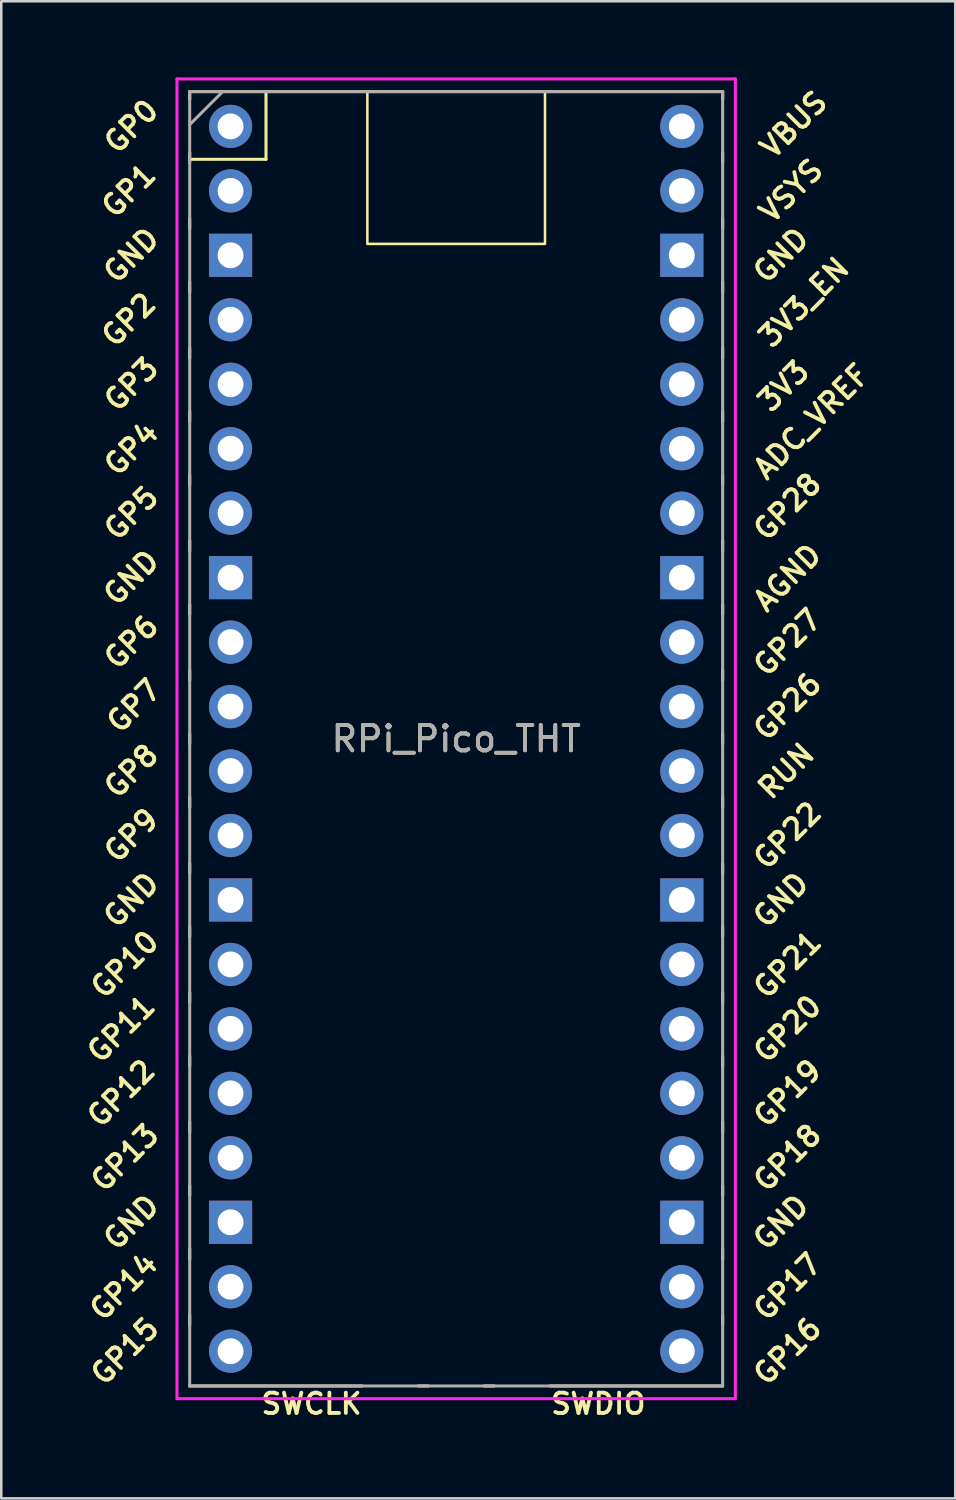
<source format=kicad_pcb>
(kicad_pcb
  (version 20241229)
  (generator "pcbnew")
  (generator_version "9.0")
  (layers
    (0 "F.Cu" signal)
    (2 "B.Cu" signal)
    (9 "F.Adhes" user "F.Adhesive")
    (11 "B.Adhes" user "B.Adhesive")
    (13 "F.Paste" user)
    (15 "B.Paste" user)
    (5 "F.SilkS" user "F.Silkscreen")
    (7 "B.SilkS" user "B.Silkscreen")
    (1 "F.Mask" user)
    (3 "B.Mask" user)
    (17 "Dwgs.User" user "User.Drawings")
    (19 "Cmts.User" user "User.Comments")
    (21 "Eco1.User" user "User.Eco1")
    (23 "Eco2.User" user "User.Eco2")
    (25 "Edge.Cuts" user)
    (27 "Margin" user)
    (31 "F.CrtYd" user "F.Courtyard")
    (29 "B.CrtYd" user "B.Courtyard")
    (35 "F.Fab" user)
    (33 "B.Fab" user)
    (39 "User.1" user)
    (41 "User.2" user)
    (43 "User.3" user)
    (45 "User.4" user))
  (footprint "RPi_Pico_THT"
    (layer "F.Cu")
    (at 14.924 26.06)
    (property "Reference" "RPi_Pico_THT" (at 0 0 0) (layer "F.SilkS") (effects (font (size 1 1) (thickness 0.15))))
    (attr through_hole)
    (fp_line (start -10.5 -25.5) (end -10.5 -25.2) (stroke (width 0.12) (type solid)) (layer "F.SilkS"))
    (fp_line (start -10.5 -25.5) (end 10.5 -25.5) (stroke (width 0.12) (type solid)) (layer "F.SilkS"))
    (fp_line (start -10.5 -23.1) (end -10.5 -22.7) (stroke (width 0.12) (type solid)) (layer "F.SilkS"))
    (fp_line (start -10.5 -22.833) (end -7.493 -22.833) (stroke (width 0.12) (type solid)) (layer "F.SilkS"))
    (fp_line (start -10.5 -20.5) (end -10.5 -20.1) (stroke (width 0.12) (type solid)) (layer "F.SilkS"))
    (fp_line (start -10.5 -18) (end -10.5 -17.6) (stroke (width 0.12) (type solid)) (layer "F.SilkS"))
    (fp_line (start -10.5 -15.4) (end -10.5 -15) (stroke (width 0.12) (type solid)) (layer "F.SilkS"))
    (fp_line (start -10.5 -12.9) (end -10.5 -12.5) (stroke (width 0.12) (type solid)) (layer "F.SilkS"))
    (fp_line (start -10.5 -10.4) (end -10.5 -10) (stroke (width 0.12) (type solid)) (layer "F.SilkS"))
    (fp_line (start -10.5 -7.8) (end -10.5 -7.4) (stroke (width 0.12) (type solid)) (layer "F.SilkS"))
    (fp_line (start -10.5 -5.3) (end -10.5 -4.9) (stroke (width 0.12) (type solid)) (layer "F.SilkS"))
    (fp_line (start -10.5 -2.7) (end -10.5 -2.3) (stroke (width 0.12) (type solid)) (layer "F.SilkS"))
    (fp_line (start -10.5 -0.2) (end -10.5 0.2) (stroke (width 0.12) (type solid)) (layer "F.SilkS"))
    (fp_line (start -10.5 2.3) (end -10.5 2.7) (stroke (width 0.12) (type solid)) (layer "F.SilkS"))
    (fp_line (start -10.5 4.9) (end -10.5 5.3) (stroke (width 0.12) (type solid)) (layer "F.SilkS"))
    (fp_line (start -10.5 7.4) (end -10.5 7.8) (stroke (width 0.12) (type solid)) (layer "F.SilkS"))
    (fp_line (start -10.5 10) (end -10.5 10.4) (stroke (width 0.12) (type solid)) (layer "F.SilkS"))
    (fp_line (start -10.5 12.5) (end -10.5 12.9) (stroke (width 0.12) (type solid)) (layer "F.SilkS"))
    (fp_line (start -10.5 15.1) (end -10.5 15.5) (stroke (width 0.12) (type solid)) (layer "F.SilkS"))
    (fp_line (start -10.5 17.6) (end -10.5 18) (stroke (width 0.12) (type solid)) (layer "F.SilkS"))
    (fp_line (start -10.5 20.1) (end -10.5 20.5) (stroke (width 0.12) (type solid)) (layer "F.SilkS"))
    (fp_line (start -10.5 22.7) (end -10.5 23.1) (stroke (width 0.12) (type solid)) (layer "F.SilkS"))
    (fp_line (start -7.493 -22.833) (end -7.493 -25.5) (stroke (width 0.12) (type solid)) (layer "F.SilkS"))
    (fp_line (start -3.7 25.5) (end -10.5 25.5) (stroke (width 0.12) (type solid)) (layer "F.SilkS"))
    (fp_line (start -1.5 25.5) (end -1.1 25.5) (stroke (width 0.12) (type solid)) (layer "F.SilkS"))
    (fp_line (start 1.1 25.5) (end 1.5 25.5) (stroke (width 0.12) (type solid)) (layer "F.SilkS"))
    (fp_line (start 10.5 -25.5) (end 10.5 -25.2) (stroke (width 0.12) (type solid)) (layer "F.SilkS"))
    (fp_line (start 10.5 -23.1) (end 10.5 -22.7) (stroke (width 0.12) (type solid)) (layer "F.SilkS"))
    (fp_line (start 10.5 -20.5) (end 10.5 -20.1) (stroke (width 0.12) (type solid)) (layer "F.SilkS"))
    (fp_line (start 10.5 -18) (end 10.5 -17.6) (stroke (width 0.12) (type solid)) (layer "F.SilkS"))
    (fp_line (start 10.5 -15.4) (end 10.5 -15) (stroke (width 0.12) (type solid)) (layer "F.SilkS"))
    (fp_line (start 10.5 -12.9) (end 10.5 -12.5) (stroke (width 0.12) (type solid)) (layer "F.SilkS"))
    (fp_line (start 10.5 -10.4) (end 10.5 -10) (stroke (width 0.12) (type solid)) (layer "F.SilkS"))
    (fp_line (start 10.5 -7.8) (end 10.5 -7.4) (stroke (width 0.12) (type solid)) (layer "F.SilkS"))
    (fp_line (start 10.5 -5.3) (end 10.5 -4.9) (stroke (width 0.12) (type solid)) (layer "F.SilkS"))
    (fp_line (start 10.5 -2.7) (end 10.5 -2.3) (stroke (width 0.12) (type solid)) (layer "F.SilkS"))
    (fp_line (start 10.5 -0.2) (end 10.5 0.2) (stroke (width 0.12) (type solid)) (layer "F.SilkS"))
    (fp_line (start 10.5 2.3) (end 10.5 2.7) (stroke (width 0.12) (type solid)) (layer "F.SilkS"))
    (fp_line (start 10.5 4.9) (end 10.5 5.3) (stroke (width 0.12) (type solid)) (layer "F.SilkS"))
    (fp_line (start 10.5 7.4) (end 10.5 7.8) (stroke (width 0.12) (type solid)) (layer "F.SilkS"))
    (fp_line (start 10.5 10) (end 10.5 10.4) (stroke (width 0.12) (type solid)) (layer "F.SilkS"))
    (fp_line (start 10.5 12.5) (end 10.5 12.9) (stroke (width 0.12) (type solid)) (layer "F.SilkS"))
    (fp_line (start 10.5 15.1) (end 10.5 15.5) (stroke (width 0.12) (type solid)) (layer "F.SilkS"))
    (fp_line (start 10.5 17.6) (end 10.5 18) (stroke (width 0.12) (type solid)) (layer "F.SilkS"))
    (fp_line (start 10.5 20.1) (end 10.5 20.5) (stroke (width 0.12) (type solid)) (layer "F.SilkS"))
    (fp_line (start 10.5 22.7) (end 10.5 23.1) (stroke (width 0.12) (type solid)) (layer "F.SilkS"))
    (fp_line (start 10.5 25.5) (end 3.7 25.5) (stroke (width 0.12) (type solid)) (layer "F.SilkS"))
    (fp_rect (start -3.5 -25.5) (end 3.5 -19.5) (stroke (width 0.1) (type default)) (fill no) (layer "F.SilkS"))
    (fp_line (start -11 -26) (end 11 -26) (stroke (width 0.12) (type solid)) (layer "F.CrtYd"))
    (fp_line (start -11 26) (end -11 -26) (stroke (width 0.12) (type solid)) (layer "F.CrtYd"))
    (fp_line (start 11 -26) (end 11 26) (stroke (width 0.12) (type solid)) (layer "F.CrtYd"))
    (fp_line (start 11 26) (end -11 26) (stroke (width 0.12) (type solid)) (layer "F.CrtYd"))
    (fp_line (start -10.5 -25.5) (end 10.5 -25.5) (stroke (width 0.12) (type solid)) (layer "F.Fab"))
    (fp_line (start -10.5 -24.2) (end -9.2 -25.5) (stroke (width 0.12) (type solid)) (layer "F.Fab"))
    (fp_line (start -10.5 25.5) (end -10.5 -25.5) (stroke (width 0.12) (type solid)) (layer "F.Fab"))
    (fp_line (start 10.5 -25.5) (end 10.5 25.5) (stroke (width 0.12) (type solid)) (layer "F.Fab"))
    (fp_line (start 10.5 25.5) (end -10.5 25.5) (stroke (width 0.12) (type solid)) (layer "F.Fab"))
    (fp_text user "GP7" (at -12.7 -1.3 45) (layer "F.SilkS") (effects (font (size 0.8 0.8) (thickness 0.15))))
    (fp_text user "GP17" (at 13.054 21.59 45) (layer "F.SilkS") (effects (font (size 0.8 0.8) (thickness 0.15))))
    (fp_text user "GP11" (at -13.2 11.43 45) (layer "F.SilkS") (effects (font (size 0.8 0.8) (thickness 0.15))))
    (fp_text user "GND" (at 12.8 19.05 45) (layer "F.SilkS") (effects (font (size 0.8 0.8) (thickness 0.15))))
    (fp_text user "GND" (at -12.8 19.05 45) (layer "F.SilkS") (effects (font (size 0.8 0.8) (thickness 0.15))))
    (fp_text user "GP6" (at -12.8 -3.81 45) (layer "F.SilkS") (effects (font (size 0.8 0.8) (thickness 0.15))))
    (fp_text user "GP15" (at -13.054 24.13 45) (layer "F.SilkS") (effects (font (size 0.8 0.8) (thickness 0.15))))
    (fp_text user "GP9" (at -12.8 3.81 45) (layer "F.SilkS") (effects (font (size 0.8 0.8) (thickness 0.15))))
    (fp_text user "RUN" (at 13 1.27 45) (layer "F.SilkS") (effects (font (size 0.8 0.8) (thickness 0.15))))
    (fp_text user "VSYS" (at 13.2 -21.59 45) (layer "F.SilkS") (effects (font (size 0.8 0.8) (thickness 0.15))))
    (fp_text user "GP16" (at 13.054 24.13 45) (layer "F.SilkS") (effects (font (size 0.8 0.8) (thickness 0.15))))
    (fp_text user "GP26" (at 13.054 -1.27 45) (layer "F.SilkS") (effects (font (size 0.8 0.8) (thickness 0.15))))
    (fp_text user "GP19" (at 13.054 13.97 45) (layer "F.SilkS") (effects (font (size 0.8 0.8) (thickness 0.15))))
    (fp_text user "GP18" (at 13.054 16.51 45) (layer "F.SilkS") (effects (font (size 0.8 0.8) (thickness 0.15))))
    (fp_text user "GP20" (at 13.054 11.43 45) (layer "F.SilkS") (effects (font (size 0.8 0.8) (thickness 0.15))))
    (fp_text user "SWDIO" (at 5.6 26.2 0) (layer "F.SilkS") (effects (font (size 0.8 0.8) (thickness 0.15))))
    (fp_text user "ADC_VREF" (at 14 -12.5 45) (layer "F.SilkS") (effects (font (size 0.8 0.8) (thickness 0.15))))
    (fp_text user "GND" (at -12.8 6.35 45) (layer "F.SilkS") (effects (font (size 0.8 0.8) (thickness 0.15))))
    (fp_text user "SWCLK" (at -5.7 26.2 0) (layer "F.SilkS") (effects (font (size 0.8 0.8) (thickness 0.15))))
    (fp_text user "GP21" (at 13.054 8.9 45) (layer "F.SilkS") (effects (font (size 0.8 0.8) (thickness 0.15))))
    (fp_text user "GP14" (at -13.1 21.59 45) (layer "F.SilkS") (effects (font (size 0.8 0.8) (thickness 0.15))))
    (fp_text user "GP0" (at -12.8 -24.13 45) (layer "F.SilkS") (effects (font (size 0.8 0.8) (thickness 0.15))))
    (fp_text user "GP28" (at 13.054 -9.144 45) (layer "F.SilkS") (effects (font (size 0.8 0.8) (thickness 0.15))))
    (fp_text user "GND" (at -12.8 -6.35 45) (layer "F.SilkS") (effects (font (size 0.8 0.8) (thickness 0.15))))
    (fp_text user "GND" (at 12.8 -19.05 45) (layer "F.SilkS") (effects (font (size 0.8 0.8) (thickness 0.15))))
    (fp_text user "GP4" (at -12.8 -11.43 45) (layer "F.SilkS") (effects (font (size 0.8 0.8) (thickness 0.15))))
    (fp_text user "GP22" (at 13.054 3.81 45) (layer "F.SilkS") (effects (font (size 0.8 0.8) (thickness 0.15))))
    (fp_text user "3V3" (at 12.9 -13.9 45) (layer "F.SilkS") (effects (font (size 0.8 0.8) (thickness 0.15))))
    (fp_text user "GP5" (at -12.8 -8.89 45) (layer "F.SilkS") (effects (font (size 0.8 0.8) (thickness 0.15))))
    (fp_text user "GP13" (at -13.054 16.51 45) (layer "F.SilkS") (effects (font (size 0.8 0.8) (thickness 0.15))))
    (fp_text user "GP1" (at -12.9 -21.6 45) (layer "F.SilkS") (effects (font (size 0.8 0.8) (thickness 0.15))))
    (fp_text user "GP12" (at -13.2 13.97 45) (layer "F.SilkS") (effects (font (size 0.8 0.8) (thickness 0.15))))
    (fp_text user "GP2" (at -12.9 -16.51 45) (layer "F.SilkS") (effects (font (size 0.8 0.8) (thickness 0.15))))
    (fp_text user "GP3" (at -12.8 -13.97 45) (layer "F.SilkS") (effects (font (size 0.8 0.8) (thickness 0.15))))
    (fp_text user "GP8" (at -12.8 1.27 45) (layer "F.SilkS") (effects (font (size 0.8 0.8) (thickness 0.15))))
    (fp_text user "VBUS" (at 13.3 -24.2 45) (layer "F.SilkS") (effects (font (size 0.8 0.8) (thickness 0.15))))
    (fp_text user "GND" (at 12.8 6.35 45) (layer "F.SilkS") (effects (font (size 0.8 0.8) (thickness 0.15))))
    (fp_text user "GND" (at -12.8 -19.05 45) (layer "F.SilkS") (effects (font (size 0.8 0.8) (thickness 0.15))))
    (fp_text user "3V3_EN" (at 13.7 -17.2 45) (layer "F.SilkS") (effects (font (size 0.8 0.8) (thickness 0.15))))
    (fp_text user "GP27" (at 13.054 -3.8 45) (layer "F.SilkS") (effects (font (size 0.8 0.8) (thickness 0.15))))
    (fp_text user "GP10" (at -13.054 8.89 45) (layer "F.SilkS") (effects (font (size 0.8 0.8) (thickness 0.15))))
    (fp_text user "AGND" (at 13.054 -6.35 45) (layer "F.SilkS") (effects (font (size 0.8 0.8) (thickness 0.15))))
    (fp_text user "${REFERENCE}" (at 0 0 180) (layer "F.Fab") (effects (font (size 1 1) (thickness 0.15))))
    (pad "1" thru_hole oval (at -8.89 -24.13) (size 1.7 1.7) (drill 1.02) (layers "*.Cu" "*.Mask"))
    (pad "2" thru_hole oval (at -8.89 -21.59) (size 1.7 1.7) (drill 1.02) (layers "*.Cu" "*.Mask"))
    (pad "3" thru_hole rect (at -8.89 -19.05) (size 1.7 1.7) (drill 1.02) (layers "*.Cu" "*.Mask"))
    (pad "4" thru_hole oval (at -8.89 -16.51) (size 1.7 1.7) (drill 1.02) (layers "*.Cu" "*.Mask"))
    (pad "5" thru_hole oval (at -8.89 -13.97) (size 1.7 1.7) (drill 1.02) (layers "*.Cu" "*.Mask"))
    (pad "6" thru_hole oval (at -8.89 -11.43) (size 1.7 1.7) (drill 1.02) (layers "*.Cu" "*.Mask"))
    (pad "7" thru_hole oval (at -8.89 -8.89) (size 1.7 1.7) (drill 1.02) (layers "*.Cu" "*.Mask"))
    (pad "8" thru_hole rect (at -8.89 -6.35) (size 1.7 1.7) (drill 1.02) (layers "*.Cu" "*.Mask"))
    (pad "9" thru_hole oval (at -8.89 -3.81) (size 1.7 1.7) (drill 1.02) (layers "*.Cu" "*.Mask"))
    (pad "10" thru_hole oval (at -8.89 -1.27) (size 1.7 1.7) (drill 1.02) (layers "*.Cu" "*.Mask"))
    (pad "11" thru_hole oval (at -8.89 1.27) (size 1.7 1.7) (drill 1.02) (layers "*.Cu" "*.Mask"))
    (pad "12" thru_hole oval (at -8.89 3.81) (size 1.7 1.7) (drill 1.02) (layers "*.Cu" "*.Mask"))
    (pad "13" thru_hole rect (at -8.89 6.35) (size 1.7 1.7) (drill 1.02) (layers "*.Cu" "*.Mask"))
    (pad "14" thru_hole oval (at -8.89 8.89) (size 1.7 1.7) (drill 1.02) (layers "*.Cu" "*.Mask"))
    (pad "15" thru_hole oval (at -8.89 11.43) (size 1.7 1.7) (drill 1.02) (layers "*.Cu" "*.Mask"))
    (pad "16" thru_hole oval (at -8.89 13.97) (size 1.7 1.7) (drill 1.02) (layers "*.Cu" "*.Mask"))
    (pad "17" thru_hole oval (at -8.89 16.51) (size 1.7 1.7) (drill 1.02) (layers "*.Cu" "*.Mask"))
    (pad "18" thru_hole rect (at -8.89 19.05) (size 1.7 1.7) (drill 1.02) (layers "*.Cu" "*.Mask"))
    (pad "19" thru_hole oval (at -8.89 21.59) (size 1.7 1.7) (drill 1.02) (layers "*.Cu" "*.Mask"))
    (pad "20" thru_hole oval (at -8.89 24.13) (size 1.7 1.7) (drill 1.02) (layers "*.Cu" "*.Mask"))
    (pad "21" thru_hole oval (at 8.89 24.13) (size 1.7 1.7) (drill 1.02) (layers "*.Cu" "*.Mask"))
    (pad "22" thru_hole oval (at 8.89 21.59) (size 1.7 1.7) (drill 1.02) (layers "*.Cu" "*.Mask"))
    (pad "23" thru_hole rect (at 8.89 19.05) (size 1.7 1.7) (drill 1.02) (layers "*.Cu" "*.Mask"))
    (pad "24" thru_hole oval (at 8.89 16.51) (size 1.7 1.7) (drill 1.02) (layers "*.Cu" "*.Mask"))
    (pad "25" thru_hole oval (at 8.89 13.97) (size 1.7 1.7) (drill 1.02) (layers "*.Cu" "*.Mask"))
    (pad "26" thru_hole oval (at 8.89 11.43) (size 1.7 1.7) (drill 1.02) (layers "*.Cu" "*.Mask"))
    (pad "27" thru_hole oval (at 8.89 8.89) (size 1.7 1.7) (drill 1.02) (layers "*.Cu" "*.Mask"))
    (pad "28" thru_hole rect (at 8.89 6.35) (size 1.7 1.7) (drill 1.02) (layers "*.Cu" "*.Mask"))
    (pad "29" thru_hole oval (at 8.89 3.81) (size 1.7 1.7) (drill 1.02) (layers "*.Cu" "*.Mask"))
    (pad "30" thru_hole oval (at 8.89 1.27) (size 1.7 1.7) (drill 1.02) (layers "*.Cu" "*.Mask"))
    (pad "31" thru_hole oval (at 8.89 -1.27) (size 1.7 1.7) (drill 1.02) (layers "*.Cu" "*.Mask"))
    (pad "32" thru_hole oval (at 8.89 -3.81) (size 1.7 1.7) (drill 1.02) (layers "*.Cu" "*.Mask"))
    (pad "33" thru_hole rect (at 8.89 -6.35) (size 1.7 1.7) (drill 1.02) (layers "*.Cu" "*.Mask"))
    (pad "34" thru_hole oval (at 8.89 -8.89) (size 1.7 1.7) (drill 1.02) (layers "*.Cu" "*.Mask"))
    (pad "35" thru_hole oval (at 8.89 -11.43) (size 1.7 1.7) (drill 1.02) (layers "*.Cu" "*.Mask"))
    (pad "36" thru_hole oval (at 8.89 -13.97) (size 1.7 1.7) (drill 1.02) (layers "*.Cu" "*.Mask"))
    (pad "37" thru_hole oval (at 8.89 -16.51) (size 1.7 1.7) (drill 1.02) (layers "*.Cu" "*.Mask"))
    (pad "38" thru_hole rect (at 8.89 -19.05) (size 1.7 1.7) (drill 1.02) (layers "*.Cu" "*.Mask"))
    (pad "39" thru_hole oval (at 8.89 -21.59) (size 1.7 1.7) (drill 1.02) (layers "*.Cu" "*.Mask"))
    (pad "40" thru_hole oval (at 8.89 -24.13) (size 1.7 1.7) (drill 1.02) (layers "*.Cu" "*.Mask")))
  (gr_rect
    (start -3 -3)
    (end 34.591 55.991)
    (stroke (width 0.1) (type default))
    (fill no)
    (layer "Edge.Cuts")))
</source>
